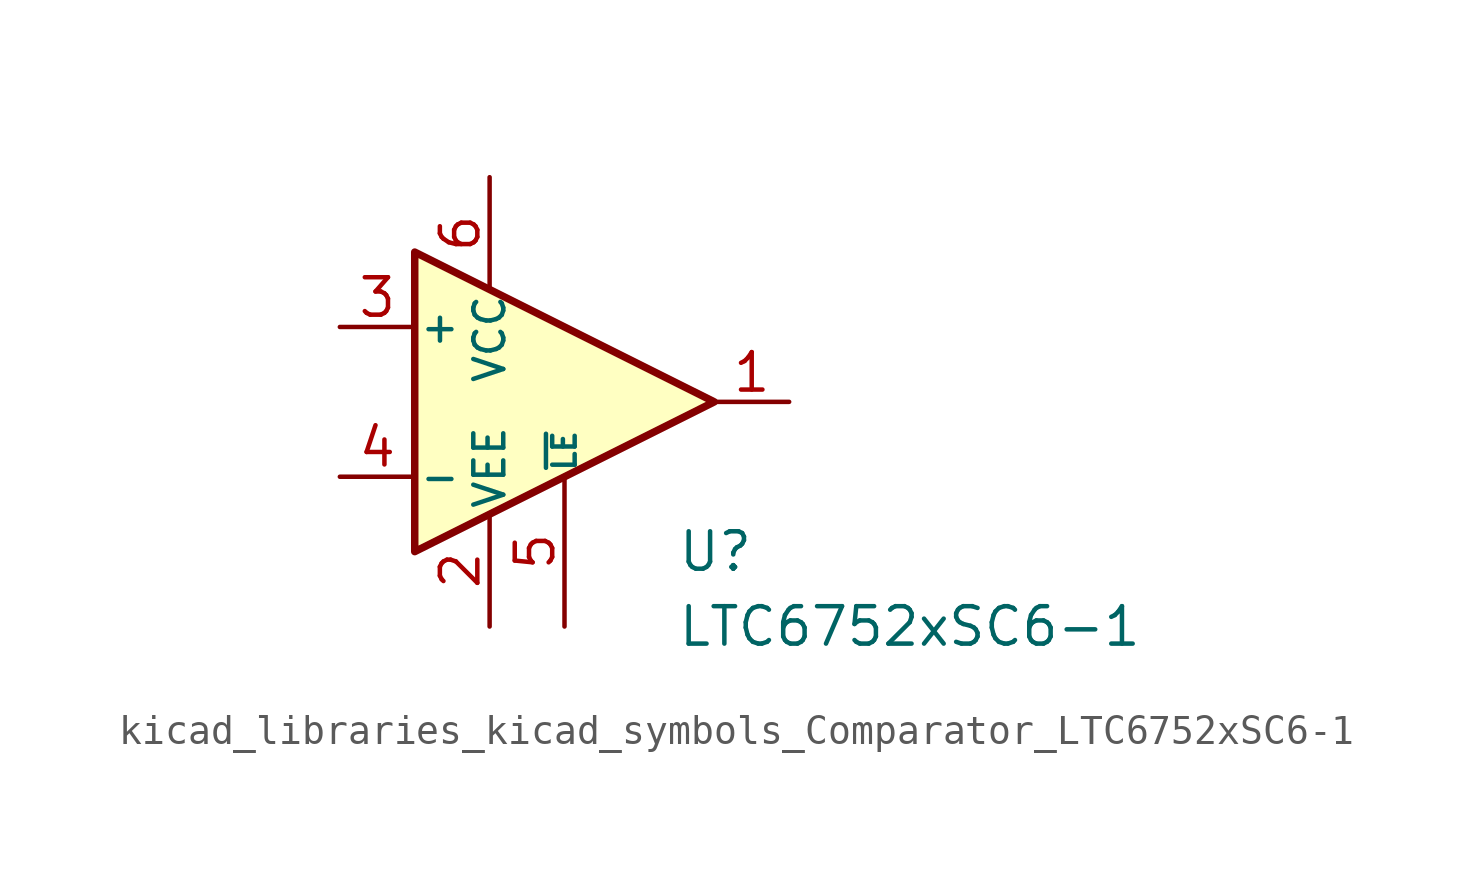
<source format=kicad_sym>
(kicad_symbol_lib
  (version 20220914)
  (generator kicad_symbol_editor)
  (symbol "kicad_libraries_kicad_symbols_Comparator_LTC6752xSC6-1"
    (pin_names
      (offset 0.127))
    (property "Reference" "U"
      (at 3.81 -5.08 0)
      (effects (font (size 1.27 1.27)) (justify left)))
    (property "Value" "LTC6752xSC6-1"
      (at 3.81 -7.62 0)
      (effects (font (size 1.27 1.27)) (justify left)))
    (symbol "kicad_libraries_kicad_symbols_Comparator_LTC6752xSC6-1_1_1"
      (polyline (pts (xy -5.08 5.08) (xy 5.08 0) (xy -5.08 -5.08) (xy -5.08 5.08)) (stroke (width 0.254) (type default)) (fill (type background)))
      (pin output line (at 7.62 0 180) (length 2.54) (name "~" (effects (font (size 1.27 1.27)))) (number "1" (effects (font (size 1.27 1.27)))))
      (pin power_in line (at -2.54 -7.62 90) (length 3.81) (name "VEE" (effects (font (size 1.016 1.016)))) (number "2" (effects (font (size 1.27 1.27)))))
      (pin input line (at -7.62 2.54 0) (length 2.54) (name "+" (effects (font (size 1.016 1.016)))) (number "3" (effects (font (size 1.27 1.27)))))
      (pin input line (at -7.62 -2.54 0) (length 2.54) (name "-" (effects (font (size 1.016 1.016)))) (number "4" (effects (font (size 1.27 1.27)))))
      (pin input line (at 0 -7.62 90) (length 5.08) (name "~{LE}" (effects (font (size 0.762 0.762)))) (number "5" (effects (font (size 1.27 1.27)))))
      (pin power_in line (at -2.54 7.62 270) (length 3.81) (name "VCC" (effects (font (size 1.016 1.016)))) (number "6" (effects (font (size 1.27 1.27))))))))
</source>
